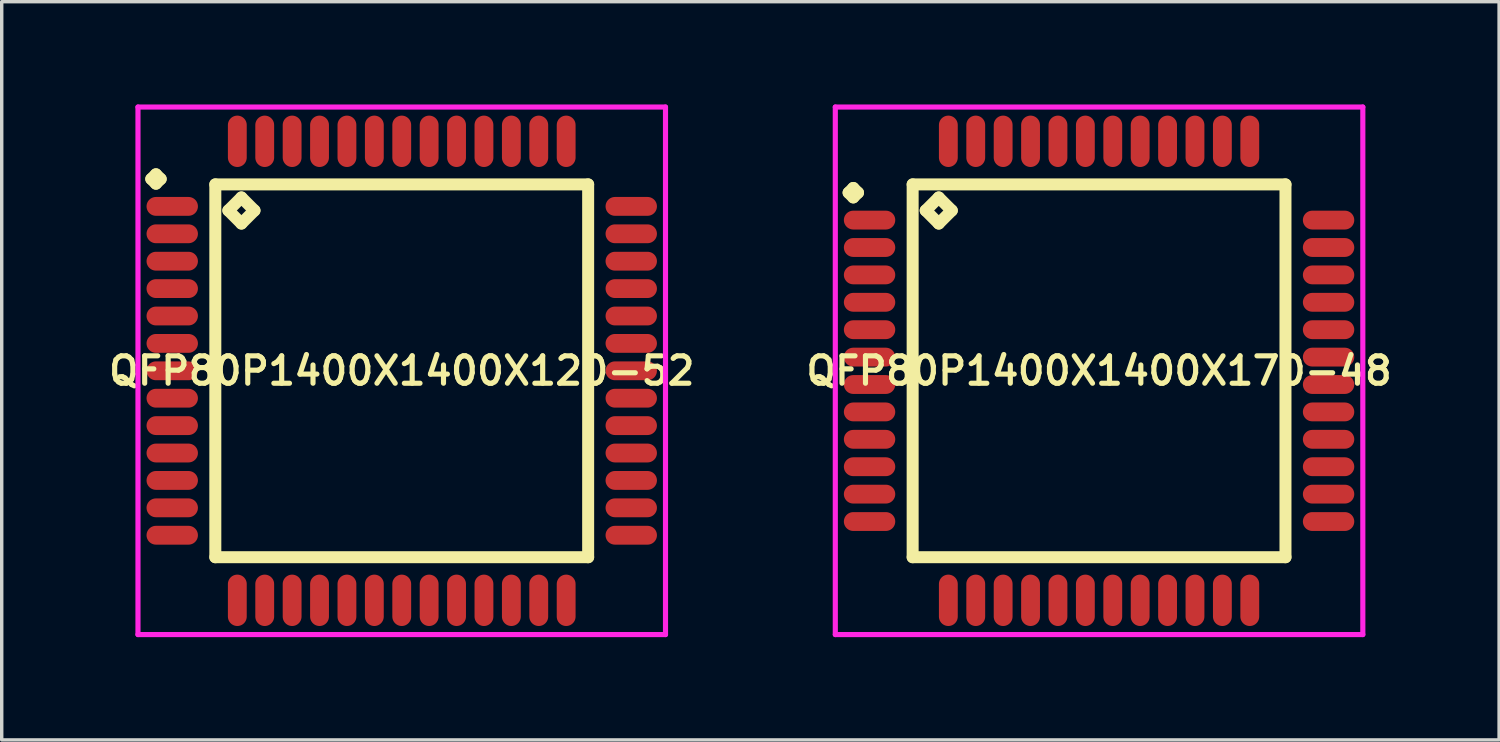
<source format=kicad_pcb>
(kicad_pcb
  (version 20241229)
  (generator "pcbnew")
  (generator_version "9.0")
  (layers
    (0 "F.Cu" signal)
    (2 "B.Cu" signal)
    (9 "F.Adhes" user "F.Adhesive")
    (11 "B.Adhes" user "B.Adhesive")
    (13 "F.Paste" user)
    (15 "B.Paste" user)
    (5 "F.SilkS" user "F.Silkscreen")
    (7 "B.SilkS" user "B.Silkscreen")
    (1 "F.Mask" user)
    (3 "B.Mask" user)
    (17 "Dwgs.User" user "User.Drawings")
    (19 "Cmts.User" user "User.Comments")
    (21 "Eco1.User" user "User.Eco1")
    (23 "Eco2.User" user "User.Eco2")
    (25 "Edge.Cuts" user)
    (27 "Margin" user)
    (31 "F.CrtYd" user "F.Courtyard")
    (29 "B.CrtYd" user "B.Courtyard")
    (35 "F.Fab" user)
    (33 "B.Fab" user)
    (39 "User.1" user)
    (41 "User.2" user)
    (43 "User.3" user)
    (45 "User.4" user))
  (footprint "QFP80P1400X1400X170-48"
    (layer "F.Cu")
    (at 29.035 7.775)
    (property "Reference" "QFP80P1400X1400X170-48" (at 0 0 0) (layer "F.SilkS") (effects (font (size 0.8 0.8) (thickness 0.15))))
    (attr smd)
    (fp_line (start -7.312 -5.2) (end -7.175 -5.338) (stroke (width 0.35) (type solid)) (layer "F.SilkS"))
    (fp_line (start -7.175 -5.338) (end -7.037 -5.2) (stroke (width 0.35) (type solid)) (layer "F.SilkS"))
    (fp_line (start -7.175 -5.062) (end -7.312 -5.2) (stroke (width 0.35) (type solid)) (layer "F.SilkS"))
    (fp_line (start -7.037 -5.2) (end -7.175 -5.062) (stroke (width 0.35) (type solid)) (layer "F.SilkS"))
    (fp_line (start -5.442 -5.442) (end -5.442 5.442) (stroke (width 0.35) (type solid)) (layer "F.SilkS"))
    (fp_line (start -5.442 5.442) (end 5.442 5.442) (stroke (width 0.35) (type solid)) (layer "F.SilkS"))
    (fp_line (start -5.061 -4.68) (end -4.68 -5.061) (stroke (width 0.35) (type solid)) (layer "F.SilkS"))
    (fp_line (start -4.68 -5.061) (end -4.299 -4.68) (stroke (width 0.35) (type solid)) (layer "F.SilkS"))
    (fp_line (start -4.68 -4.299) (end -5.061 -4.68) (stroke (width 0.35) (type solid)) (layer "F.SilkS"))
    (fp_line (start -4.299 -4.68) (end -4.68 -4.299) (stroke (width 0.35) (type solid)) (layer "F.SilkS"))
    (fp_line (start 5.442 -5.442) (end -5.442 -5.442) (stroke (width 0.35) (type solid)) (layer "F.SilkS"))
    (fp_line (start 5.442 5.442) (end 5.442 -5.442) (stroke (width 0.35) (type solid)) (layer "F.SilkS"))
    (fp_line (start -7.7 -7.7) (end 7.7 -7.7) (stroke (width 0.15) (type solid)) (layer "F.CrtYd"))
    (fp_line (start -7.7 7.7) (end -7.7 -7.7) (stroke (width 0.15) (type solid)) (layer "F.CrtYd"))
    (fp_line (start 7.7 -7.7) (end 7.7 7.7) (stroke (width 0.15) (type solid)) (layer "F.CrtYd"))
    (fp_line (start 7.7 7.7) (end -7.7 7.7) (stroke (width 0.15) (type solid)) (layer "F.CrtYd"))
    (pad "1" smd oval (at -6.7 -4.4) (size 1.5 0.55) (layers "F.Cu" "F.Mask" "F.Paste"))
    (pad "2" smd oval (at -6.7 -3.6) (size 1.5 0.55) (layers "F.Cu" "F.Mask" "F.Paste"))
    (pad "3" smd oval (at -6.7 -2.8) (size 1.5 0.55) (layers "F.Cu" "F.Mask" "F.Paste"))
    (pad "4" smd oval (at -6.7 -2) (size 1.5 0.55) (layers "F.Cu" "F.Mask" "F.Paste"))
    (pad "5" smd oval (at -6.7 -1.2) (size 1.5 0.55) (layers "F.Cu" "F.Mask" "F.Paste"))
    (pad "6" smd oval (at -6.7 -0.4) (size 1.5 0.55) (layers "F.Cu" "F.Mask" "F.Paste"))
    (pad "7" smd oval (at -6.7 0.4) (size 1.5 0.55) (layers "F.Cu" "F.Mask" "F.Paste"))
    (pad "8" smd oval (at -6.7 1.2) (size 1.5 0.55) (layers "F.Cu" "F.Mask" "F.Paste"))
    (pad "9" smd oval (at -6.7 2) (size 1.5 0.55) (layers "F.Cu" "F.Mask" "F.Paste"))
    (pad "10" smd oval (at -6.7 2.8) (size 1.5 0.55) (layers "F.Cu" "F.Mask" "F.Paste"))
    (pad "11" smd oval (at -6.7 3.6) (size 1.5 0.55) (layers "F.Cu" "F.Mask" "F.Paste"))
    (pad "12" smd oval (at -6.7 4.4) (size 1.5 0.55) (layers "F.Cu" "F.Mask" "F.Paste"))
    (pad "13" smd oval (at -4.4 6.7) (size 0.55 1.5) (layers "F.Cu" "F.Mask" "F.Paste"))
    (pad "14" smd oval (at -3.6 6.7) (size 0.55 1.5) (layers "F.Cu" "F.Mask" "F.Paste"))
    (pad "15" smd oval (at -2.8 6.7) (size 0.55 1.5) (layers "F.Cu" "F.Mask" "F.Paste"))
    (pad "16" smd oval (at -2 6.7) (size 0.55 1.5) (layers "F.Cu" "F.Mask" "F.Paste"))
    (pad "17" smd oval (at -1.2 6.7) (size 0.55 1.5) (layers "F.Cu" "F.Mask" "F.Paste"))
    (pad "18" smd oval (at -0.4 6.7) (size 0.55 1.5) (layers "F.Cu" "F.Mask" "F.Paste"))
    (pad "19" smd oval (at 0.4 6.7) (size 0.55 1.5) (layers "F.Cu" "F.Mask" "F.Paste"))
    (pad "20" smd oval (at 1.2 6.7) (size 0.55 1.5) (layers "F.Cu" "F.Mask" "F.Paste"))
    (pad "21" smd oval (at 2 6.7) (size 0.55 1.5) (layers "F.Cu" "F.Mask" "F.Paste"))
    (pad "22" smd oval (at 2.8 6.7) (size 0.55 1.5) (layers "F.Cu" "F.Mask" "F.Paste"))
    (pad "23" smd oval (at 3.6 6.7) (size 0.55 1.5) (layers "F.Cu" "F.Mask" "F.Paste"))
    (pad "24" smd oval (at 4.4 6.7) (size 0.55 1.5) (layers "F.Cu" "F.Mask" "F.Paste"))
    (pad "25" smd oval (at 6.7 4.4) (size 1.5 0.55) (layers "F.Cu" "F.Mask" "F.Paste"))
    (pad "26" smd oval (at 6.7 3.6) (size 1.5 0.55) (layers "F.Cu" "F.Mask" "F.Paste"))
    (pad "27" smd oval (at 6.7 2.8) (size 1.5 0.55) (layers "F.Cu" "F.Mask" "F.Paste"))
    (pad "28" smd oval (at 6.7 2) (size 1.5 0.55) (layers "F.Cu" "F.Mask" "F.Paste"))
    (pad "29" smd oval (at 6.7 1.2) (size 1.5 0.55) (layers "F.Cu" "F.Mask" "F.Paste"))
    (pad "30" smd oval (at 6.7 0.4) (size 1.5 0.55) (layers "F.Cu" "F.Mask" "F.Paste"))
    (pad "31" smd oval (at 6.7 -0.4) (size 1.5 0.55) (layers "F.Cu" "F.Mask" "F.Paste"))
    (pad "32" smd oval (at 6.7 -1.2) (size 1.5 0.55) (layers "F.Cu" "F.Mask" "F.Paste"))
    (pad "33" smd oval (at 6.7 -2) (size 1.5 0.55) (layers "F.Cu" "F.Mask" "F.Paste"))
    (pad "34" smd oval (at 6.7 -2.8) (size 1.5 0.55) (layers "F.Cu" "F.Mask" "F.Paste"))
    (pad "35" smd oval (at 6.7 -3.6) (size 1.5 0.55) (layers "F.Cu" "F.Mask" "F.Paste"))
    (pad "36" smd oval (at 6.7 -4.4) (size 1.5 0.55) (layers "F.Cu" "F.Mask" "F.Paste"))
    (pad "37" smd oval (at 4.4 -6.7) (size 0.55 1.5) (layers "F.Cu" "F.Mask" "F.Paste"))
    (pad "38" smd oval (at 3.6 -6.7) (size 0.55 1.5) (layers "F.Cu" "F.Mask" "F.Paste"))
    (pad "39" smd oval (at 2.8 -6.7) (size 0.55 1.5) (layers "F.Cu" "F.Mask" "F.Paste"))
    (pad "40" smd oval (at 2 -6.7) (size 0.55 1.5) (layers "F.Cu" "F.Mask" "F.Paste"))
    (pad "41" smd oval (at 1.2 -6.7) (size 0.55 1.5) (layers "F.Cu" "F.Mask" "F.Paste"))
    (pad "42" smd oval (at 0.4 -6.7) (size 0.55 1.5) (layers "F.Cu" "F.Mask" "F.Paste"))
    (pad "43" smd oval (at -0.4 -6.7) (size 0.55 1.5) (layers "F.Cu" "F.Mask" "F.Paste"))
    (pad "44" smd oval (at -1.2 -6.7) (size 0.55 1.5) (layers "F.Cu" "F.Mask" "F.Paste"))
    (pad "45" smd oval (at -2 -6.7) (size 0.55 1.5) (layers "F.Cu" "F.Mask" "F.Paste"))
    (pad "46" smd oval (at -2.8 -6.7) (size 0.55 1.5) (layers "F.Cu" "F.Mask" "F.Paste"))
    (pad "47" smd oval (at -3.6 -6.7) (size 0.55 1.5) (layers "F.Cu" "F.Mask" "F.Paste"))
    (pad "48" smd oval (at -4.4 -6.7) (size 0.55 1.5) (layers "F.Cu" "F.Mask" "F.Paste")))
  (footprint "QFP80P1400X1400X120-52"
    (layer "F.Cu")
    (at 8.678 7.775)
    (property "Reference" "QFP80P1400X1400X120-52" (at 0 0 0) (layer "F.SilkS") (effects (font (size 0.8 0.8) (thickness 0.15))))
    (attr smd)
    (fp_line (start -7.312 -5.6) (end -7.175 -5.737) (stroke (width 0.35) (type solid)) (layer "F.SilkS"))
    (fp_line (start -7.175 -5.737) (end -7.037 -5.6) (stroke (width 0.35) (type solid)) (layer "F.SilkS"))
    (fp_line (start -7.175 -5.463) (end -7.312 -5.6) (stroke (width 0.35) (type solid)) (layer "F.SilkS"))
    (fp_line (start -7.037 -5.6) (end -7.175 -5.463) (stroke (width 0.35) (type solid)) (layer "F.SilkS"))
    (fp_line (start -5.442 -5.442) (end -5.442 5.442) (stroke (width 0.35) (type solid)) (layer "F.SilkS"))
    (fp_line (start -5.442 5.442) (end 5.442 5.442) (stroke (width 0.35) (type solid)) (layer "F.SilkS"))
    (fp_line (start -5.061 -4.68) (end -4.68 -5.061) (stroke (width 0.35) (type solid)) (layer "F.SilkS"))
    (fp_line (start -4.68 -5.061) (end -4.299 -4.68) (stroke (width 0.35) (type solid)) (layer "F.SilkS"))
    (fp_line (start -4.68 -4.299) (end -5.061 -4.68) (stroke (width 0.35) (type solid)) (layer "F.SilkS"))
    (fp_line (start -4.299 -4.68) (end -4.68 -4.299) (stroke (width 0.35) (type solid)) (layer "F.SilkS"))
    (fp_line (start 5.442 -5.442) (end -5.442 -5.442) (stroke (width 0.35) (type solid)) (layer "F.SilkS"))
    (fp_line (start 5.442 5.442) (end 5.442 -5.442) (stroke (width 0.35) (type solid)) (layer "F.SilkS"))
    (fp_line (start -7.7 -7.7) (end 7.7 -7.7) (stroke (width 0.15) (type solid)) (layer "F.CrtYd"))
    (fp_line (start -7.7 7.7) (end -7.7 -7.7) (stroke (width 0.15) (type solid)) (layer "F.CrtYd"))
    (fp_line (start 7.7 -7.7) (end 7.7 7.7) (stroke (width 0.15) (type solid)) (layer "F.CrtYd"))
    (fp_line (start 7.7 7.7) (end -7.7 7.7) (stroke (width 0.15) (type solid)) (layer "F.CrtYd"))
    (pad "1" smd oval (at -6.7 -4.8) (size 1.5 0.55) (layers "F.Cu" "F.Mask" "F.Paste"))
    (pad "2" smd oval (at -6.7 -4) (size 1.5 0.55) (layers "F.Cu" "F.Mask" "F.Paste"))
    (pad "3" smd oval (at -6.7 -3.2) (size 1.5 0.55) (layers "F.Cu" "F.Mask" "F.Paste"))
    (pad "4" smd oval (at -6.7 -2.4) (size 1.5 0.55) (layers "F.Cu" "F.Mask" "F.Paste"))
    (pad "5" smd oval (at -6.7 -1.6) (size 1.5 0.55) (layers "F.Cu" "F.Mask" "F.Paste"))
    (pad "6" smd oval (at -6.7 -0.8) (size 1.5 0.55) (layers "F.Cu" "F.Mask" "F.Paste"))
    (pad "7" smd oval (at -6.7 0) (size 1.5 0.55) (layers "F.Cu" "F.Mask" "F.Paste"))
    (pad "8" smd oval (at -6.7 0.8) (size 1.5 0.55) (layers "F.Cu" "F.Mask" "F.Paste"))
    (pad "9" smd oval (at -6.7 1.6) (size 1.5 0.55) (layers "F.Cu" "F.Mask" "F.Paste"))
    (pad "10" smd oval (at -6.7 2.4) (size 1.5 0.55) (layers "F.Cu" "F.Mask" "F.Paste"))
    (pad "11" smd oval (at -6.7 3.2) (size 1.5 0.55) (layers "F.Cu" "F.Mask" "F.Paste"))
    (pad "12" smd oval (at -6.7 4) (size 1.5 0.55) (layers "F.Cu" "F.Mask" "F.Paste"))
    (pad "13" smd oval (at -6.7 4.8) (size 1.5 0.55) (layers "F.Cu" "F.Mask" "F.Paste"))
    (pad "14" smd oval (at -4.8 6.7) (size 0.55 1.5) (layers "F.Cu" "F.Mask" "F.Paste"))
    (pad "15" smd oval (at -4 6.7) (size 0.55 1.5) (layers "F.Cu" "F.Mask" "F.Paste"))
    (pad "16" smd oval (at -3.2 6.7) (size 0.55 1.5) (layers "F.Cu" "F.Mask" "F.Paste"))
    (pad "17" smd oval (at -2.4 6.7) (size 0.55 1.5) (layers "F.Cu" "F.Mask" "F.Paste"))
    (pad "18" smd oval (at -1.6 6.7) (size 0.55 1.5) (layers "F.Cu" "F.Mask" "F.Paste"))
    (pad "19" smd oval (at -0.8 6.7) (size 0.55 1.5) (layers "F.Cu" "F.Mask" "F.Paste"))
    (pad "20" smd oval (at 0 6.7) (size 0.55 1.5) (layers "F.Cu" "F.Mask" "F.Paste"))
    (pad "21" smd oval (at 0.8 6.7) (size 0.55 1.5) (layers "F.Cu" "F.Mask" "F.Paste"))
    (pad "22" smd oval (at 1.6 6.7) (size 0.55 1.5) (layers "F.Cu" "F.Mask" "F.Paste"))
    (pad "23" smd oval (at 2.4 6.7) (size 0.55 1.5) (layers "F.Cu" "F.Mask" "F.Paste"))
    (pad "24" smd oval (at 3.2 6.7) (size 0.55 1.5) (layers "F.Cu" "F.Mask" "F.Paste"))
    (pad "25" smd oval (at 4 6.7) (size 0.55 1.5) (layers "F.Cu" "F.Mask" "F.Paste"))
    (pad "26" smd oval (at 4.8 6.7) (size 0.55 1.5) (layers "F.Cu" "F.Mask" "F.Paste"))
    (pad "27" smd oval (at 6.7 4.8) (size 1.5 0.55) (layers "F.Cu" "F.Mask" "F.Paste"))
    (pad "28" smd oval (at 6.7 4) (size 1.5 0.55) (layers "F.Cu" "F.Mask" "F.Paste"))
    (pad "29" smd oval (at 6.7 3.2) (size 1.5 0.55) (layers "F.Cu" "F.Mask" "F.Paste"))
    (pad "30" smd oval (at 6.7 2.4) (size 1.5 0.55) (layers "F.Cu" "F.Mask" "F.Paste"))
    (pad "31" smd oval (at 6.7 1.6) (size 1.5 0.55) (layers "F.Cu" "F.Mask" "F.Paste"))
    (pad "32" smd oval (at 6.7 0.8) (size 1.5 0.55) (layers "F.Cu" "F.Mask" "F.Paste"))
    (pad "33" smd oval (at 6.7 0) (size 1.5 0.55) (layers "F.Cu" "F.Mask" "F.Paste"))
    (pad "34" smd oval (at 6.7 -0.8) (size 1.5 0.55) (layers "F.Cu" "F.Mask" "F.Paste"))
    (pad "35" smd oval (at 6.7 -1.6) (size 1.5 0.55) (layers "F.Cu" "F.Mask" "F.Paste"))
    (pad "36" smd oval (at 6.7 -2.4) (size 1.5 0.55) (layers "F.Cu" "F.Mask" "F.Paste"))
    (pad "37" smd oval (at 6.7 -3.2) (size 1.5 0.55) (layers "F.Cu" "F.Mask" "F.Paste"))
    (pad "38" smd oval (at 6.7 -4) (size 1.5 0.55) (layers "F.Cu" "F.Mask" "F.Paste"))
    (pad "39" smd oval (at 6.7 -4.8) (size 1.5 0.55) (layers "F.Cu" "F.Mask" "F.Paste"))
    (pad "40" smd oval (at 4.8 -6.7) (size 0.55 1.5) (layers "F.Cu" "F.Mask" "F.Paste"))
    (pad "41" smd oval (at 4 -6.7) (size 0.55 1.5) (layers "F.Cu" "F.Mask" "F.Paste"))
    (pad "42" smd oval (at 3.2 -6.7) (size 0.55 1.5) (layers "F.Cu" "F.Mask" "F.Paste"))
    (pad "43" smd oval (at 2.4 -6.7) (size 0.55 1.5) (layers "F.Cu" "F.Mask" "F.Paste"))
    (pad "44" smd oval (at 1.6 -6.7) (size 0.55 1.5) (layers "F.Cu" "F.Mask" "F.Paste"))
    (pad "45" smd oval (at 0.8 -6.7) (size 0.55 1.5) (layers "F.Cu" "F.Mask" "F.Paste"))
    (pad "46" smd oval (at 0 -6.7) (size 0.55 1.5) (layers "F.Cu" "F.Mask" "F.Paste"))
    (pad "47" smd oval (at -0.8 -6.7) (size 0.55 1.5) (layers "F.Cu" "F.Mask" "F.Paste"))
    (pad "48" smd oval (at -1.6 -6.7) (size 0.55 1.5) (layers "F.Cu" "F.Mask" "F.Paste"))
    (pad "49" smd oval (at -2.4 -6.7) (size 0.55 1.5) (layers "F.Cu" "F.Mask" "F.Paste"))
    (pad "50" smd oval (at -3.2 -6.7) (size 0.55 1.5) (layers "F.Cu" "F.Mask" "F.Paste"))
    (pad "51" smd oval (at -4 -6.7) (size 0.55 1.5) (layers "F.Cu" "F.Mask" "F.Paste"))
    (pad "52" smd oval (at -4.8 -6.7) (size 0.55 1.5) (layers "F.Cu" "F.Mask" "F.Paste")))
  (gr_rect
    (start -3 -3)
    (end 40.713 18.55)
    (stroke (width 0.1) (type default))
    (fill no)
    (layer "Edge.Cuts")))
</source>
